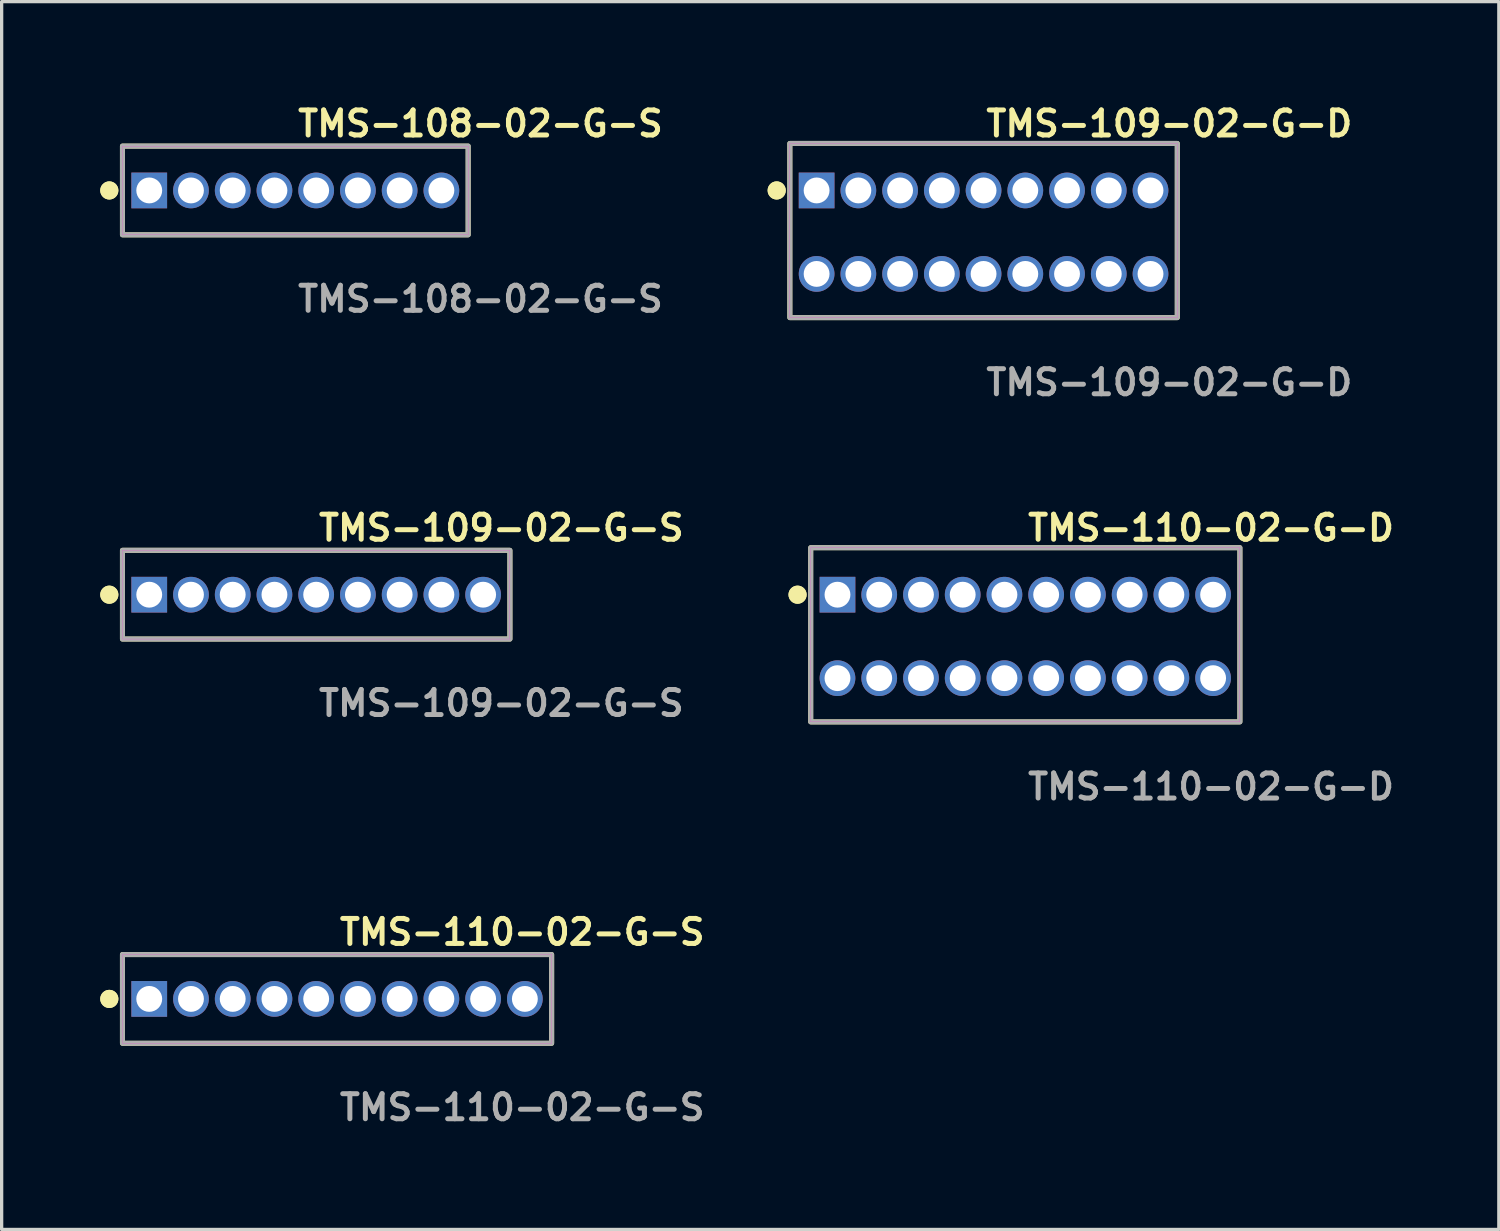
<source format=kicad_pcb>
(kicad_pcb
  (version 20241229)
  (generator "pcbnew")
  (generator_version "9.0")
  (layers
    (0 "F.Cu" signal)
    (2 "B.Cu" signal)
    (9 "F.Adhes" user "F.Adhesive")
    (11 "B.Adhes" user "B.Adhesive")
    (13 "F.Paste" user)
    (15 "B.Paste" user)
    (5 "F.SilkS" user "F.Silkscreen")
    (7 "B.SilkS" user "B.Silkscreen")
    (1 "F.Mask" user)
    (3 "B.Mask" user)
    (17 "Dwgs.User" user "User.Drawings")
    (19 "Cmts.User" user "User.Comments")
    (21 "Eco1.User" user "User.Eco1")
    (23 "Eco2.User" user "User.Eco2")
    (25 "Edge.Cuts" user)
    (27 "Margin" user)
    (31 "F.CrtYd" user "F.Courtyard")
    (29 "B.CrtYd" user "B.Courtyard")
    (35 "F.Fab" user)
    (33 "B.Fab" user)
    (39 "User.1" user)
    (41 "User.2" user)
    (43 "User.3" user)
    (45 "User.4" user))
  (footprint "TMS-108-02-G-S"
    (layer "F.Cu")
    (at 5.936 2.745)
    (property "Reference" "TMS-108-02-G-S" (at 0 -2.032 0) (unlocked yes) (layer "F.SilkS") (effects (font (size 0.762 0.762) (thickness 0.152)) (justify left)))
    (fp_rect (start -5.26 1.35) (end 5.26 -1.35) (stroke (width 0.152) (type solid)) (fill no) (layer "F.SilkS"))
    (fp_circle (center -5.66 0) (end -5.86 0) (stroke (width 0.152) (type solid)) (fill yes) (layer "F.SilkS"))
    (fp_circle (center -5.66 0) (end -5.86 0) (stroke (width 0.152) (type solid)) (fill yes) (layer "F.SilkS"))
    (fp_rect (start -5.26 1.35) (end 5.26 -1.35) (stroke (width 0.006) (type solid)) (fill no) (layer "F.CrtYd"))
    (fp_rect (start -5.26 1.35) (end 5.26 -1.35) (stroke (width 0.152) (type solid)) (fill no) (layer "F.Fab"))
    (fp_text user "${REFERENCE}" (at 0 3.302 0) (unlocked yes) (layer "F.Fab") (effects (font (size 0.762 0.762) (thickness 0.152)) (justify left)))
    (pad "1" thru_hole rect (at -4.445 0) (size 1.087 1.087) (drill 0.787) (layers "*.Cu" "*.Mask"))
    (pad "2" thru_hole circle (at -3.175 0) (size 1.087 1.087) (drill 0.787) (layers "*.Cu" "*.Mask"))
    (pad "3" thru_hole circle (at -1.905 0) (size 1.087 1.087) (drill 0.787) (layers "*.Cu" "*.Mask"))
    (pad "4" thru_hole circle (at -0.635 0) (size 1.087 1.087) (drill 0.787) (layers "*.Cu" "*.Mask"))
    (pad "5" thru_hole circle (at 0.635 0) (size 1.087 1.087) (drill 0.787) (layers "*.Cu" "*.Mask"))
    (pad "6" thru_hole circle (at 1.905 0) (size 1.087 1.087) (drill 0.787) (layers "*.Cu" "*.Mask"))
    (pad "7" thru_hole circle (at 3.175 0) (size 1.087 1.087) (drill 0.787) (layers "*.Cu" "*.Mask"))
    (pad "8" thru_hole circle (at 4.445 0) (size 1.087 1.087) (drill 0.787) (layers "*.Cu" "*.Mask")))
  (footprint "TMS-110-02-G-S"
    (layer "F.Cu")
    (at 7.206 27.346)
    (property "Reference" "TMS-110-02-G-S" (at 0 -2.032 0) (unlocked yes) (layer "F.SilkS") (effects (font (size 0.762 0.762) (thickness 0.152)) (justify left)))
    (fp_rect (start -6.53 1.35) (end 6.53 -1.35) (stroke (width 0.152) (type solid)) (fill no) (layer "F.SilkS"))
    (fp_circle (center -6.93 0) (end -7.13 0) (stroke (width 0.152) (type solid)) (fill yes) (layer "F.SilkS"))
    (fp_circle (center -6.93 0) (end -7.13 0) (stroke (width 0.152) (type solid)) (fill yes) (layer "F.SilkS"))
    (fp_rect (start -6.53 1.35) (end 6.53 -1.35) (stroke (width 0.006) (type solid)) (fill no) (layer "F.CrtYd"))
    (fp_rect (start -6.53 1.35) (end 6.53 -1.35) (stroke (width 0.152) (type solid)) (fill no) (layer "F.Fab"))
    (fp_text user "${REFERENCE}" (at 0 3.302 0) (unlocked yes) (layer "F.Fab") (effects (font (size 0.762 0.762) (thickness 0.152)) (justify left)))
    (pad "1" thru_hole rect (at -5.715 0) (size 1.087 1.087) (drill 0.787) (layers "*.Cu" "*.Mask"))
    (pad "2" thru_hole circle (at -4.445 0) (size 1.087 1.087) (drill 0.787) (layers "*.Cu" "*.Mask"))
    (pad "3" thru_hole circle (at -3.175 0) (size 1.087 1.087) (drill 0.787) (layers "*.Cu" "*.Mask"))
    (pad "4" thru_hole circle (at -1.905 0) (size 1.087 1.087) (drill 0.787) (layers "*.Cu" "*.Mask"))
    (pad "5" thru_hole circle (at -0.635 0) (size 1.087 1.087) (drill 0.787) (layers "*.Cu" "*.Mask"))
    (pad "6" thru_hole circle (at 0.635 0) (size 1.087 1.087) (drill 0.787) (layers "*.Cu" "*.Mask"))
    (pad "7" thru_hole circle (at 1.905 0) (size 1.087 1.087) (drill 0.787) (layers "*.Cu" "*.Mask"))
    (pad "8" thru_hole circle (at 3.175 0) (size 1.087 1.087) (drill 0.787) (layers "*.Cu" "*.Mask"))
    (pad "9" thru_hole circle (at 4.445 0) (size 1.087 1.087) (drill 0.787) (layers "*.Cu" "*.Mask"))
    (pad "10" thru_hole circle (at 5.715 0) (size 1.087 1.087) (drill 0.787) (layers "*.Cu" "*.Mask")))
  (footprint "TMS-110-02-G-D"
    (layer "F.Cu")
    (at 28.149 16.316)
    (property "Reference" "TMS-110-02-G-D" (at 0 -3.302 0) (unlocked yes) (layer "F.SilkS") (effects (font (size 0.762 0.762) (thickness 0.152)) (justify left)))
    (fp_rect (start -6.53 2.6) (end 6.53 -2.7) (stroke (width 0.152) (type solid)) (fill no) (layer "F.SilkS"))
    (fp_circle (center -6.93 -1.27) (end -7.13 -1.27) (stroke (width 0.152) (type solid)) (fill yes) (layer "F.SilkS"))
    (fp_circle (center -6.93 -1.27) (end -7.13 -1.27) (stroke (width 0.152) (type solid)) (fill yes) (layer "F.SilkS"))
    (fp_rect (start -6.53 2.6) (end 6.53 -2.7) (stroke (width 0.006) (type solid)) (fill no) (layer "F.CrtYd"))
    (fp_rect (start -6.53 2.6) (end 6.53 -2.7) (stroke (width 0.152) (type solid)) (fill no) (layer "F.Fab"))
    (fp_text user "${REFERENCE}" (at 0 4.572 0) (unlocked yes) (layer "F.Fab") (effects (font (size 0.762 0.762) (thickness 0.152)) (justify left)))
    (pad "1" thru_hole rect (at -5.715 -1.27) (size 1.087 1.087) (drill 0.787) (layers "*.Cu" "*.Mask"))
    (pad "2" thru_hole circle (at -5.715 1.27) (size 1.087 1.087) (drill 0.787) (layers "*.Cu" "*.Mask"))
    (pad "3" thru_hole circle (at -4.445 -1.27) (size 1.087 1.087) (drill 0.787) (layers "*.Cu" "*.Mask"))
    (pad "4" thru_hole circle (at -4.445 1.27) (size 1.087 1.087) (drill 0.787) (layers "*.Cu" "*.Mask"))
    (pad "5" thru_hole circle (at -3.175 -1.27) (size 1.087 1.087) (drill 0.787) (layers "*.Cu" "*.Mask"))
    (pad "6" thru_hole circle (at -3.175 1.27) (size 1.087 1.087) (drill 0.787) (layers "*.Cu" "*.Mask"))
    (pad "7" thru_hole circle (at -1.905 -1.27) (size 1.087 1.087) (drill 0.787) (layers "*.Cu" "*.Mask"))
    (pad "8" thru_hole circle (at -1.905 1.27) (size 1.087 1.087) (drill 0.787) (layers "*.Cu" "*.Mask"))
    (pad "9" thru_hole circle (at -0.635 -1.27) (size 1.087 1.087) (drill 0.787) (layers "*.Cu" "*.Mask"))
    (pad "10" thru_hole circle (at -0.635 1.27) (size 1.087 1.087) (drill 0.787) (layers "*.Cu" "*.Mask"))
    (pad "11" thru_hole circle (at 0.635 -1.27) (size 1.087 1.087) (drill 0.787) (layers "*.Cu" "*.Mask"))
    (pad "12" thru_hole circle (at 0.635 1.27) (size 1.087 1.087) (drill 0.787) (layers "*.Cu" "*.Mask"))
    (pad "13" thru_hole circle (at 1.905 -1.27) (size 1.087 1.087) (drill 0.787) (layers "*.Cu" "*.Mask"))
    (pad "14" thru_hole circle (at 1.905 1.27) (size 1.087 1.087) (drill 0.787) (layers "*.Cu" "*.Mask"))
    (pad "15" thru_hole circle (at 3.175 -1.27) (size 1.087 1.087) (drill 0.787) (layers "*.Cu" "*.Mask"))
    (pad "16" thru_hole circle (at 3.175 1.27) (size 1.087 1.087) (drill 0.787) (layers "*.Cu" "*.Mask"))
    (pad "17" thru_hole circle (at 4.445 -1.27) (size 1.087 1.087) (drill 0.787) (layers "*.Cu" "*.Mask"))
    (pad "18" thru_hole circle (at 4.445 1.27) (size 1.087 1.087) (drill 0.787) (layers "*.Cu" "*.Mask"))
    (pad "19" thru_hole circle (at 5.715 -1.27) (size 1.087 1.087) (drill 0.787) (layers "*.Cu" "*.Mask"))
    (pad "20" thru_hole circle (at 5.715 1.27) (size 1.087 1.087) (drill 0.787) (layers "*.Cu" "*.Mask")))
  (footprint "TMS-109-02-G-S"
    (layer "F.Cu")
    (at 6.571 15.046)
    (property "Reference" "TMS-109-02-G-S" (at 0 -2.032 0) (unlocked yes) (layer "F.SilkS") (effects (font (size 0.762 0.762) (thickness 0.152)) (justify left)))
    (fp_rect (start -5.895 1.35) (end 5.895 -1.35) (stroke (width 0.152) (type solid)) (fill no) (layer "F.SilkS"))
    (fp_circle (center -6.295 0) (end -6.495 0) (stroke (width 0.152) (type solid)) (fill yes) (layer "F.SilkS"))
    (fp_circle (center -6.295 0) (end -6.495 0) (stroke (width 0.152) (type solid)) (fill yes) (layer "F.SilkS"))
    (fp_rect (start -5.895 1.35) (end 5.895 -1.35) (stroke (width 0.006) (type solid)) (fill no) (layer "F.CrtYd"))
    (fp_rect (start -5.895 1.35) (end 5.895 -1.35) (stroke (width 0.152) (type solid)) (fill no) (layer "F.Fab"))
    (fp_text user "${REFERENCE}" (at 0 3.302 0) (unlocked yes) (layer "F.Fab") (effects (font (size 0.762 0.762) (thickness 0.152)) (justify left)))
    (pad "1" thru_hole rect (at -5.08 0) (size 1.087 1.087) (drill 0.787) (layers "*.Cu" "*.Mask"))
    (pad "2" thru_hole circle (at -3.81 0) (size 1.087 1.087) (drill 0.787) (layers "*.Cu" "*.Mask"))
    (pad "3" thru_hole circle (at -2.54 0) (size 1.087 1.087) (drill 0.787) (layers "*.Cu" "*.Mask"))
    (pad "4" thru_hole circle (at -1.27 0) (size 1.087 1.087) (drill 0.787) (layers "*.Cu" "*.Mask"))
    (pad "5" thru_hole circle (at 0 0) (size 1.087 1.087) (drill 0.787) (layers "*.Cu" "*.Mask"))
    (pad "6" thru_hole circle (at 1.27 0) (size 1.087 1.087) (drill 0.787) (layers "*.Cu" "*.Mask"))
    (pad "7" thru_hole circle (at 2.54 0) (size 1.087 1.087) (drill 0.787) (layers "*.Cu" "*.Mask"))
    (pad "8" thru_hole circle (at 3.81 0) (size 1.087 1.087) (drill 0.787) (layers "*.Cu" "*.Mask"))
    (pad "9" thru_hole circle (at 5.08 0) (size 1.087 1.087) (drill 0.787) (layers "*.Cu" "*.Mask")))
  (footprint "TMS-109-02-G-D"
    (layer "F.Cu")
    (at 26.879 4.015)
    (property "Reference" "TMS-109-02-G-D" (at 0 -3.302 0) (unlocked yes) (layer "F.SilkS") (effects (font (size 0.762 0.762) (thickness 0.152)) (justify left)))
    (fp_rect (start -5.895 2.6) (end 5.895 -2.7) (stroke (width 0.152) (type solid)) (fill no) (layer "F.SilkS"))
    (fp_circle (center -6.295 -1.27) (end -6.495 -1.27) (stroke (width 0.152) (type solid)) (fill yes) (layer "F.SilkS"))
    (fp_circle (center -6.295 -1.27) (end -6.495 -1.27) (stroke (width 0.152) (type solid)) (fill yes) (layer "F.SilkS"))
    (fp_rect (start -5.895 2.6) (end 5.895 -2.7) (stroke (width 0.006) (type solid)) (fill no) (layer "F.CrtYd"))
    (fp_rect (start -5.895 2.6) (end 5.895 -2.7) (stroke (width 0.152) (type solid)) (fill no) (layer "F.Fab"))
    (fp_text user "${REFERENCE}" (at 0 4.572 0) (unlocked yes) (layer "F.Fab") (effects (font (size 0.762 0.762) (thickness 0.152)) (justify left)))
    (pad "1" thru_hole rect (at -5.08 -1.27) (size 1.087 1.087) (drill 0.787) (layers "*.Cu" "*.Mask"))
    (pad "2" thru_hole circle (at -5.08 1.27) (size 1.087 1.087) (drill 0.787) (layers "*.Cu" "*.Mask"))
    (pad "3" thru_hole circle (at -3.81 -1.27) (size 1.087 1.087) (drill 0.787) (layers "*.Cu" "*.Mask"))
    (pad "4" thru_hole circle (at -3.81 1.27) (size 1.087 1.087) (drill 0.787) (layers "*.Cu" "*.Mask"))
    (pad "5" thru_hole circle (at -2.54 -1.27) (size 1.087 1.087) (drill 0.787) (layers "*.Cu" "*.Mask"))
    (pad "6" thru_hole circle (at -2.54 1.27) (size 1.087 1.087) (drill 0.787) (layers "*.Cu" "*.Mask"))
    (pad "7" thru_hole circle (at -1.27 -1.27) (size 1.087 1.087) (drill 0.787) (layers "*.Cu" "*.Mask"))
    (pad "8" thru_hole circle (at -1.27 1.27) (size 1.087 1.087) (drill 0.787) (layers "*.Cu" "*.Mask"))
    (pad "9" thru_hole circle (at 0 -1.27) (size 1.087 1.087) (drill 0.787) (layers "*.Cu" "*.Mask"))
    (pad "10" thru_hole circle (at 0 1.27) (size 1.087 1.087) (drill 0.787) (layers "*.Cu" "*.Mask"))
    (pad "11" thru_hole circle (at 1.27 -1.27) (size 1.087 1.087) (drill 0.787) (layers "*.Cu" "*.Mask"))
    (pad "12" thru_hole circle (at 1.27 1.27) (size 1.087 1.087) (drill 0.787) (layers "*.Cu" "*.Mask"))
    (pad "13" thru_hole circle (at 2.54 -1.27) (size 1.087 1.087) (drill 0.787) (layers "*.Cu" "*.Mask"))
    (pad "14" thru_hole circle (at 2.54 1.27) (size 1.087 1.087) (drill 0.787) (layers "*.Cu" "*.Mask"))
    (pad "15" thru_hole circle (at 3.81 -1.27) (size 1.087 1.087) (drill 0.787) (layers "*.Cu" "*.Mask"))
    (pad "16" thru_hole circle (at 3.81 1.27) (size 1.087 1.087) (drill 0.787) (layers "*.Cu" "*.Mask"))
    (pad "17" thru_hole circle (at 5.08 -1.27) (size 1.087 1.087) (drill 0.787) (layers "*.Cu" "*.Mask"))
    (pad "18" thru_hole circle (at 5.08 1.27) (size 1.087 1.087) (drill 0.787) (layers "*.Cu" "*.Mask")))
  (gr_rect
    (start -3 -3)
    (end 42.558 34.361)
    (stroke (width 0.1) (type default))
    (fill no)
    (layer "Edge.Cuts")))
</source>
